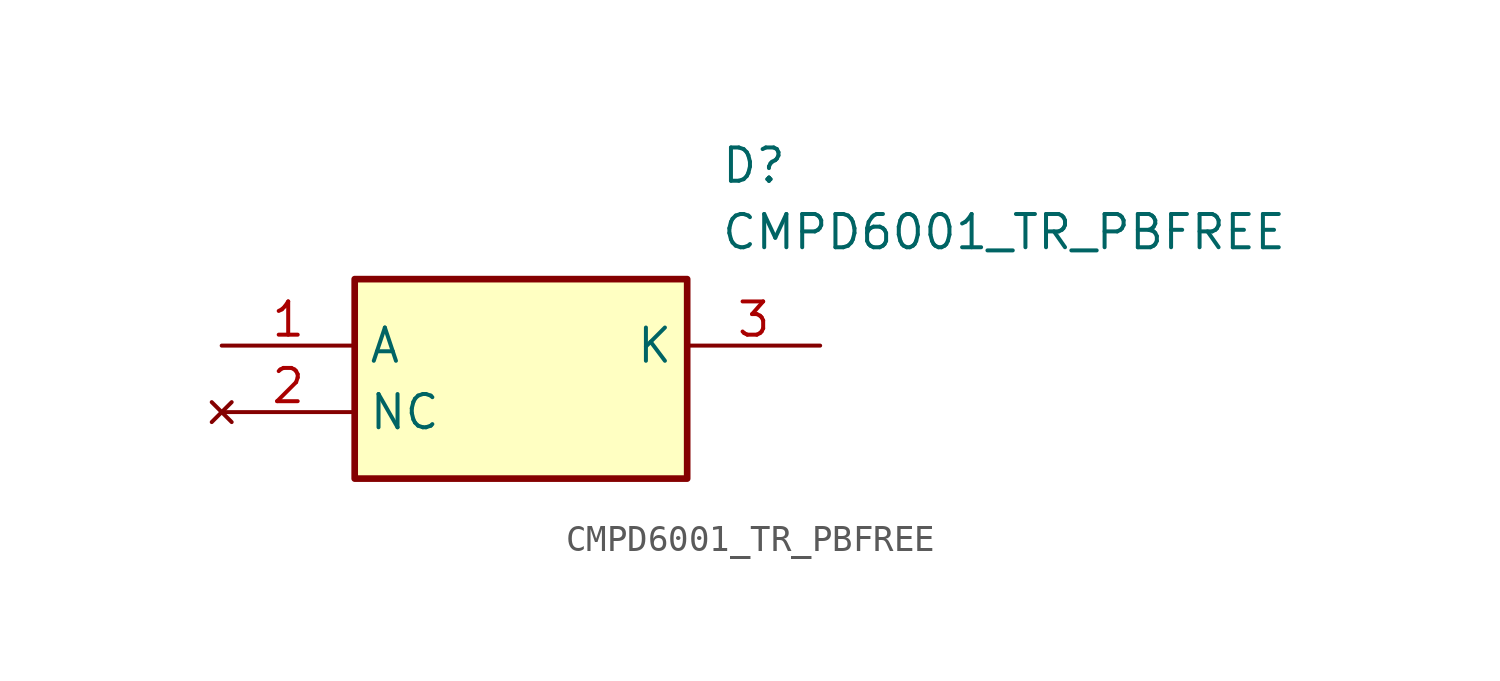
<source format=kicad_sym>
(kicad_symbol_lib
  (version 20211014)
  (generator SamacSys_ECAD_Model)
  (symbol "CMPD6001_TR_PBFREE"
    (property "Reference" "D"
      (at 19.05 7.62 0)
      (effects (font (size 1.27 1.27)) (justify left top)))
    (property "Value" "CMPD6001_TR_PBFREE"
      (at 19.05 5.08 0)
      (effects (font (size 1.27 1.27)) (justify left top)))
    (rectangle
      (start 5.08 2.54)
      (end 17.78 -5.08)
      (stroke (width 0.254) (type default))
      (fill (type background)))
    (pin passive line
      (at 0 0 0)
      (length 5.08)
      (name "A" (effects (font (size 1.27 1.27))))
      (number "1" (effects (font (size 1.27 1.27)))))
    (pin no_connect line
      (at 0 -2.54 0)
      (length 5.08)
      (name "NC" (effects (font (size 1.27 1.27))))
      (number "2" (effects (font (size 1.27 1.27)))))
    (pin passive line
      (at 22.86 0 180)
      (length 5.08)
      (name "K" (effects (font (size 1.27 1.27))))
      (number "3" (effects (font (size 1.27 1.27)))))))
</source>
